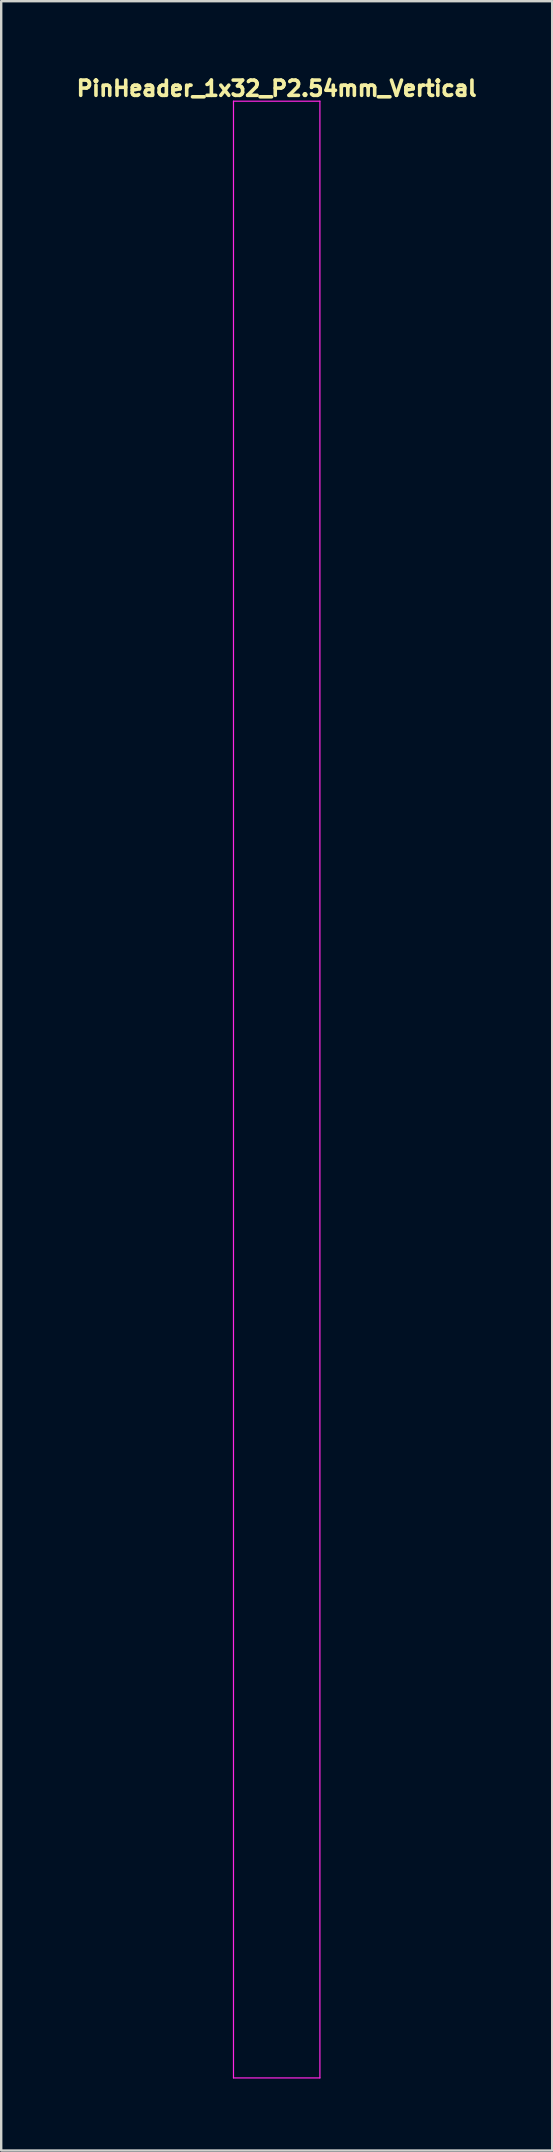
<source format=kicad_pcb>
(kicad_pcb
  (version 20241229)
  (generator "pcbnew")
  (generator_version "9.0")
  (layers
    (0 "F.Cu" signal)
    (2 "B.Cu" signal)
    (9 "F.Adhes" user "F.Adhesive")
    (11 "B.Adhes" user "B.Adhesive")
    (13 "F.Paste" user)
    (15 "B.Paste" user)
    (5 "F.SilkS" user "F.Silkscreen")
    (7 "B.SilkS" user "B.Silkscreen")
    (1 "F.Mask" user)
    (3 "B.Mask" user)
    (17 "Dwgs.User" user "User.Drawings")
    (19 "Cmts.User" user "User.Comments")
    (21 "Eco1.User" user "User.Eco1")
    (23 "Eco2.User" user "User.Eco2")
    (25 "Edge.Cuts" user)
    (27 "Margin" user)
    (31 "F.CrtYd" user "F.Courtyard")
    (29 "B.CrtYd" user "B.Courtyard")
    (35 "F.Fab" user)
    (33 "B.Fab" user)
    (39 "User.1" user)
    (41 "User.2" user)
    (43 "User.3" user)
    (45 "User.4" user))
  (footprint "PinHeader_1x32_P2.54mm_Vertical"
    (layer "F.Cu")
    (at 8.477 2.965)
    (property "Reference" "PinHeader_1x32_P2.54mm_Vertical" (at 0 -2.33 0) (layer "F.SilkS") (effects (font (size 0.635 0.635) (thickness 0.15))))
    (attr through_hole)
    (fp_line (start -1.8 -1.8) (end -1.8 80.55) (stroke (width 0.05) (type solid)) (layer "F.CrtYd"))
    (fp_line (start -1.8 80.55) (end 1.8 80.55) (stroke (width 0.05) (type solid)) (layer "F.CrtYd"))
    (fp_line (start 1.8 -1.8) (end -1.8 -1.8) (stroke (width 0.05) (type solid)) (layer "F.CrtYd"))
    (fp_line (start 1.8 80.55) (end 1.8 -1.8) (stroke (width 0.05) (type solid)) (layer "F.CrtYd")))
  (gr_rect
    (start -3 -3)
    (end 19.954 86.54)
    (stroke (width 0.1) (type default))
    (fill no)
    (layer "Edge.Cuts")))
</source>
